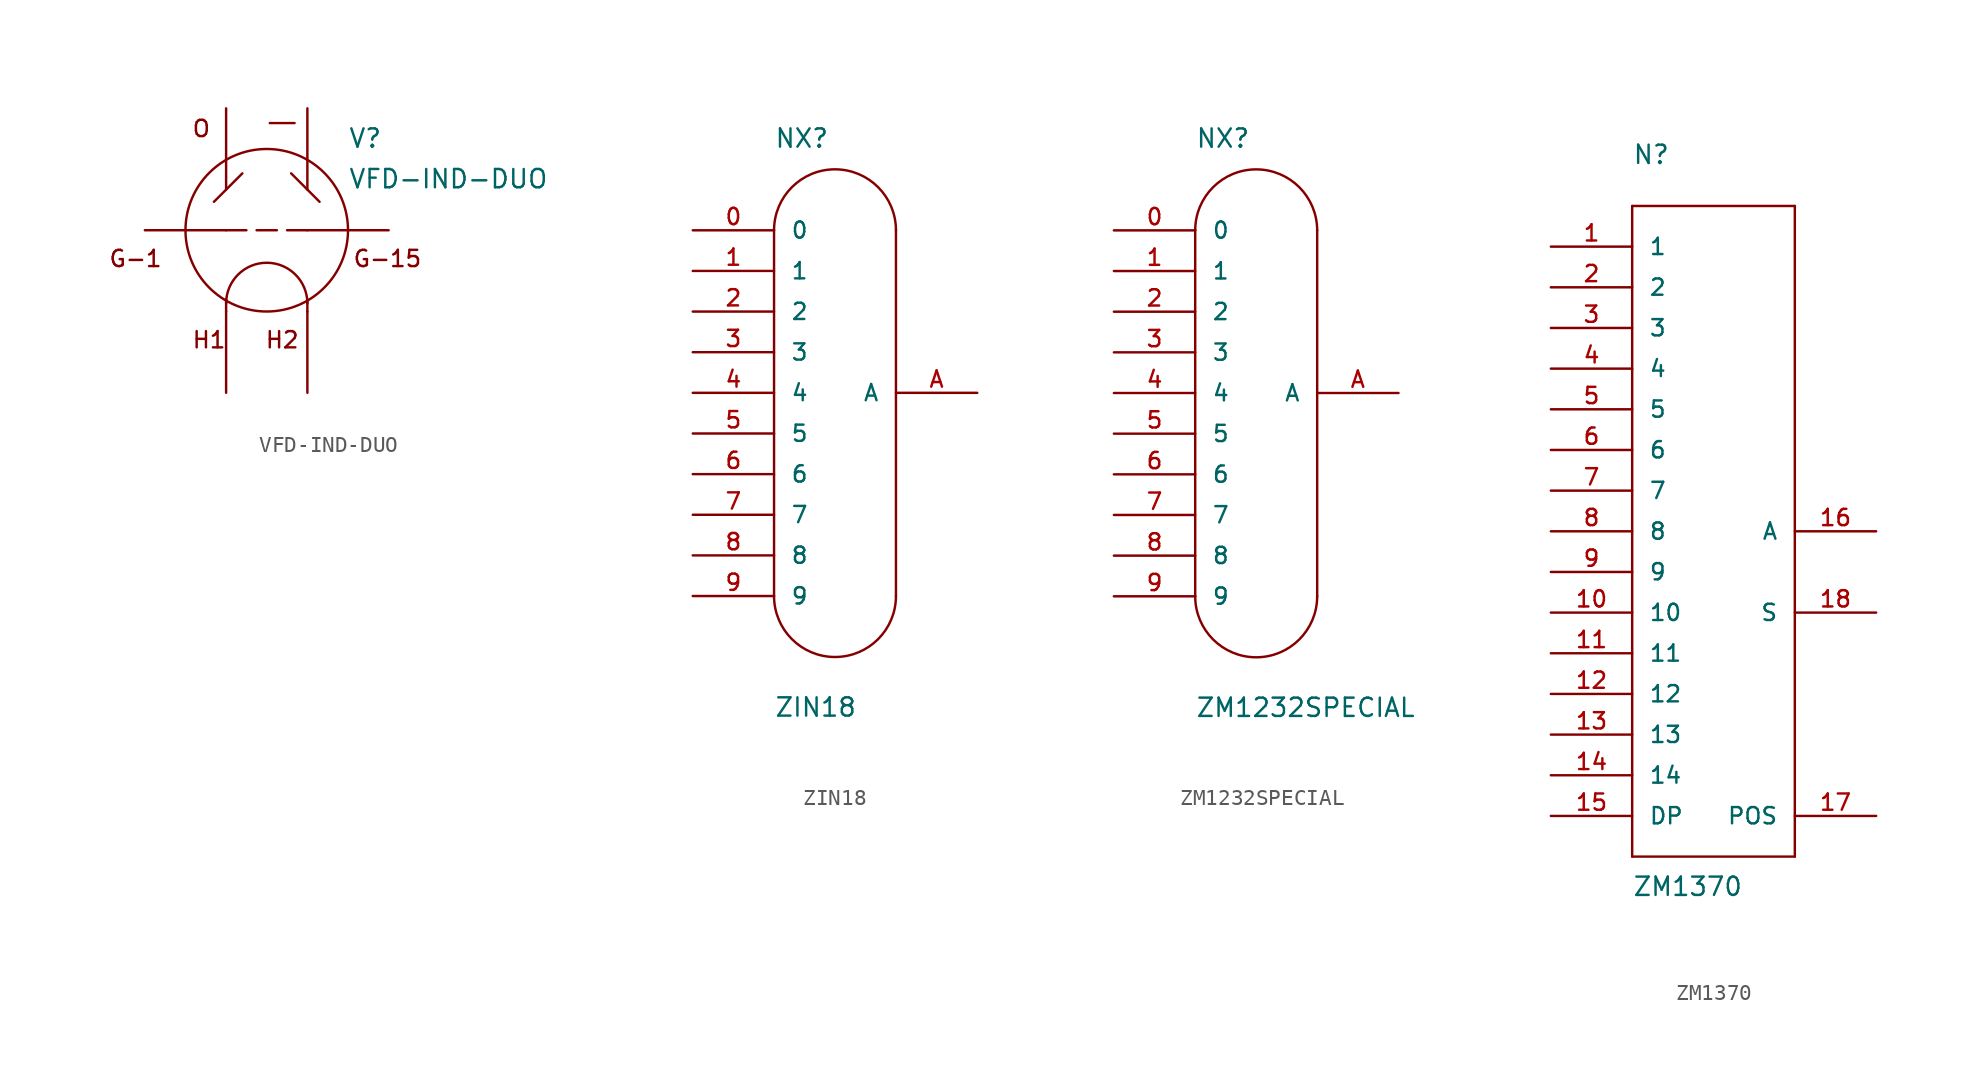
<source format=kicad_sym>
(kicad_symbol_lib
  (version 20220914)
  (generator kicad_symbol_editor)
  (symbol "VFD-IND-DUO"
    (pin_numbers hide)
    (pin_names
      (offset 1.016) hide)
    (property "Reference" "V"
      (at 5.08 5.08 0)
      (effects (font (size 1.143 1.143)) (justify left bottom)))
    (property "Value" "VFD-IND-DUO"
      (at 5.08 2.54 0)
      (effects (font (size 1.143 1.143)) (justify left bottom)))
    (property "ki_locked" ""
      (at 0 0 0)
      (effects (font (size 1.27 1.27))))
    (symbol "VFD-IND-DUO_1_0"
      (polyline (pts (xy -3.302 1.778) (xy -1.524 3.556)) (stroke (width 0) (type solid)) (fill (type none)))
      (polyline (pts (xy -2.54 -5.08) (xy -2.54 -4.318)) (stroke (width 0) (type solid)) (fill (type none)))
      (polyline (pts (xy -2.54 0) (xy -1.27 0)) (stroke (width 0) (type solid)) (fill (type none)))
      (polyline (pts (xy -0.635 0) (xy 0.635 0)) (stroke (width 0) (type solid)) (fill (type none)))
      (polyline (pts (xy 1.27 0) (xy 2.54 0)) (stroke (width 0) (type solid)) (fill (type none)))
      (polyline (pts (xy 1.524 3.556) (xy 3.302 1.778)) (stroke (width 0) (type solid)) (fill (type none)))
      (polyline (pts (xy 2.54 -5.08) (xy 2.54 -4.318)) (stroke (width 0) (type solid)) (fill (type none)))
      (text "-" (at 0.965 6.858 0) (effects (font (size 2.032 2.032))))
      (text "G-1" (at -8.204 -1.778 0) (effects (font (size 1.016 1.016))))
      (text "G-15" (at 7.544 -1.778 0) (effects (font (size 1.016 1.016))))
      (text "H1" (at -3.607 -6.858 0) (effects (font (size 1.016 1.016))))
      (text "H2" (at 0.965 -6.858 0) (effects (font (size 1.016 1.016))))
      (text "O" (at -4.089 6.35 0) (effects (font (size 1.016 1.016)))))
    (symbol "VFD-IND-DUO_1_1"
      (circle (center 0 0) (radius 5.08) (stroke (width 0) (type solid)) (fill (type none)))
      (arc (start 2.54 -4.572) (mid 0 -2.043) (end -2.54 -4.572) (stroke (width 0) (type solid)) (fill (type none)))
      (pin passive line (at 2.54 7.62 270) (length 5.08) (name "-" (effects (font (size 1.016 1.016)))) (number "-" (effects (font (size 1.016 1.016)))))
      (pin passive line (at -2.54 -10.16 90) (length 5.08) (name "H1" (effects (font (size 1.016 1.016)))) (number "F1" (effects (font (size 1.016 1.016)))))
      (pin passive line (at 2.54 -10.16 90) (length 5.08) (name "H2" (effects (font (size 1.016 1.016)))) (number "F2" (effects (font (size 1.016 1.016)))))
      (pin passive line (at -7.62 0 0) (length 5.08) (name "G1" (effects (font (size 1.016 1.016)))) (number "G" (effects (font (size 1.016 1.016)))))
      (pin passive line (at -2.54 7.62 270) (length 5.08) (name "O" (effects (font (size 1.016 1.016)))) (number "O" (effects (font (size 1.016 1.016)))))
      (pin passive line (at -2.54 -10.16 90) (length 5.08) hide (name "H1" (effects (font (size 1.016 1.016)))) (number "P$1" (effects (font (size 1.016 1.016)))))
      (pin passive line (at 2.54 -10.16 90) (length 5.08) hide (name "H2" (effects (font (size 1.016 1.016)))) (number "P$2" (effects (font (size 1.016 1.016)))))
      (pin passive line (at 7.62 0 180) (length 5.08) (name "G15" (effects (font (size 1.016 1.016)))) (number "P$3" (effects (font (size 1.016 1.016)))))
      (pin passive line (at -2.54 7.62 270) (length 5.08) hide (name "O" (effects (font (size 1.016 1.016)))) (number "P$4" (effects (font (size 1.016 1.016)))))))
  (symbol "ZIN18"
    (pin_names
      (offset 1.016))
    (property "Reference" "NX"
      (at -22.86 12.7 0)
      (effects (font (size 1.143 1.143)) (justify left bottom)))
    (property "Value" "ZIN18"
      (at -22.86 -22.86 0)
      (effects (font (size 1.143 1.143)) (justify left bottom)))
    (property "ki_locked" ""
      (at 0 0 0)
      (effects (font (size 1.27 1.27))))
    (symbol "ZIN18_1_0"
      (polyline (pts (xy -22.86 7.62) (xy -22.86 -15.24)) (stroke (width 0) (type solid)) (fill (type none)))
      (polyline (pts (xy -15.24 7.62) (xy -15.24 -15.24)) (stroke (width 0) (type solid)) (fill (type none))))
    (symbol "ZIN18_1_1"
      (arc (start -22.86 -15.24) (mid -19.05 -19.0334) (end -15.24 -15.24) (stroke (width 0) (type solid)) (fill (type none)))
      (arc (start -15.24 7.62) (mid -19.05 11.4134) (end -22.86 7.62) (stroke (width 0) (type solid)) (fill (type none)))
      (pin passive line (at -27.94 7.62 0) (length 5.08) (name "0" (effects (font (size 1.016 1.016)))) (number "0" (effects (font (size 1.016 1.016)))))
      (pin passive line (at -27.94 5.08 0) (length 5.08) (name "1" (effects (font (size 1.016 1.016)))) (number "1" (effects (font (size 1.016 1.016)))))
      (pin passive line (at -27.94 2.54 0) (length 5.08) (name "2" (effects (font (size 1.016 1.016)))) (number "2" (effects (font (size 1.016 1.016)))))
      (pin passive line (at -27.94 0 0) (length 5.08) (name "3" (effects (font (size 1.016 1.016)))) (number "3" (effects (font (size 1.016 1.016)))))
      (pin passive line (at -27.94 -2.54 0) (length 5.08) (name "4" (effects (font (size 1.016 1.016)))) (number "4" (effects (font (size 1.016 1.016)))))
      (pin passive line (at -27.94 -5.08 0) (length 5.08) (name "5" (effects (font (size 1.016 1.016)))) (number "5" (effects (font (size 1.016 1.016)))))
      (pin passive line (at -27.94 -7.62 0) (length 5.08) (name "6" (effects (font (size 1.016 1.016)))) (number "6" (effects (font (size 1.016 1.016)))))
      (pin passive line (at -27.94 -10.16 0) (length 5.08) (name "7" (effects (font (size 1.016 1.016)))) (number "7" (effects (font (size 1.016 1.016)))))
      (pin passive line (at -27.94 -12.7 0) (length 5.08) (name "8" (effects (font (size 1.016 1.016)))) (number "8" (effects (font (size 1.016 1.016)))))
      (pin passive line (at -27.94 -15.24 0) (length 5.08) (name "9" (effects (font (size 1.016 1.016)))) (number "9" (effects (font (size 1.016 1.016)))))
      (pin passive line (at -10.16 -2.54 180) (length 5.08) (name "A" (effects (font (size 1.016 1.016)))) (number "A" (effects (font (size 1.016 1.016)))))))
  (symbol "ZM1232SPECIAL"
    (pin_names
      (offset 1.016))
    (property "Reference" "NX"
      (at -22.86 12.7 0)
      (effects (font (size 1.143 1.143)) (justify left bottom)))
    (property "Value" "ZM1232SPECIAL"
      (at -22.86 -22.86 0)
      (effects (font (size 1.143 1.143)) (justify left bottom)))
    (property "ki_locked" ""
      (at 0 0 0)
      (effects (font (size 1.27 1.27))))
    (symbol "ZM1232SPECIAL_1_0"
      (polyline (pts (xy -22.86 7.62) (xy -22.86 -15.24)) (stroke (width 0) (type solid)) (fill (type none)))
      (polyline (pts (xy -15.24 7.62) (xy -15.24 -15.24)) (stroke (width 0) (type solid)) (fill (type none))))
    (symbol "ZM1232SPECIAL_1_1"
      (arc (start -22.86 -15.24) (mid -19.05 -19.0334) (end -15.24 -15.24) (stroke (width 0) (type solid)) (fill (type none)))
      (arc (start -15.24 7.62) (mid -19.05 11.4134) (end -22.86 7.62) (stroke (width 0) (type solid)) (fill (type none)))
      (pin passive line (at -27.94 7.62 0) (length 5.08) (name "0" (effects (font (size 1.016 1.016)))) (number "0" (effects (font (size 1.016 1.016)))))
      (pin passive line (at -27.94 5.08 0) (length 5.08) (name "1" (effects (font (size 1.016 1.016)))) (number "1" (effects (font (size 1.016 1.016)))))
      (pin passive line (at -27.94 2.54 0) (length 5.08) (name "2" (effects (font (size 1.016 1.016)))) (number "2" (effects (font (size 1.016 1.016)))))
      (pin passive line (at -27.94 0 0) (length 5.08) (name "3" (effects (font (size 1.016 1.016)))) (number "3" (effects (font (size 1.016 1.016)))))
      (pin passive line (at -27.94 -2.54 0) (length 5.08) (name "4" (effects (font (size 1.016 1.016)))) (number "4" (effects (font (size 1.016 1.016)))))
      (pin passive line (at -27.94 -5.08 0) (length 5.08) (name "5" (effects (font (size 1.016 1.016)))) (number "5" (effects (font (size 1.016 1.016)))))
      (pin passive line (at -27.94 -7.62 0) (length 5.08) (name "6" (effects (font (size 1.016 1.016)))) (number "6" (effects (font (size 1.016 1.016)))))
      (pin passive line (at -27.94 -10.16 0) (length 5.08) (name "7" (effects (font (size 1.016 1.016)))) (number "7" (effects (font (size 1.016 1.016)))))
      (pin passive line (at -27.94 -12.7 0) (length 5.08) (name "8" (effects (font (size 1.016 1.016)))) (number "8" (effects (font (size 1.016 1.016)))))
      (pin passive line (at -27.94 -15.24 0) (length 5.08) (name "9" (effects (font (size 1.016 1.016)))) (number "9" (effects (font (size 1.016 1.016)))))
      (pin passive line (at -10.16 -2.54 180) (length 5.08) (name "A" (effects (font (size 1.016 1.016)))) (number "A" (effects (font (size 1.016 1.016)))))))
  (symbol "ZM1370"
    (pin_names
      (offset 1.016))
    (property "Reference" "N"
      (at -5.08 22.86 0)
      (effects (font (size 1.143 1.143)) (justify left bottom)))
    (property "Value" "ZM1370"
      (at -5.08 -22.86 0)
      (effects (font (size 1.143 1.143)) (justify left bottom)))
    (property "ki_locked" ""
      (at 0 0 0)
      (effects (font (size 1.27 1.27))))
    (symbol "ZM1370_1_0"
      (polyline (pts (xy -5.08 -20.32) (xy 5.08 -20.32)) (stroke (width 0) (type solid)) (fill (type none)))
      (polyline (pts (xy -5.08 20.32) (xy -5.08 -20.32)) (stroke (width 0) (type solid)) (fill (type none)))
      (polyline (pts (xy 5.08 -20.32) (xy 5.08 20.32)) (stroke (width 0) (type solid)) (fill (type none)))
      (polyline (pts (xy 5.08 20.32) (xy -5.08 20.32)) (stroke (width 0) (type solid)) (fill (type none))))
    (symbol "ZM1370_1_1"
      (pin passive line (at -10.16 17.78 0) (length 5.08) (name "1" (effects (font (size 1.016 1.016)))) (number "1" (effects (font (size 1.016 1.016)))))
      (pin passive line (at -10.16 -5.08 0) (length 5.08) (name "10" (effects (font (size 1.016 1.016)))) (number "10" (effects (font (size 1.016 1.016)))))
      (pin passive line (at -10.16 -7.62 0) (length 5.08) (name "11" (effects (font (size 1.016 1.016)))) (number "11" (effects (font (size 1.016 1.016)))))
      (pin passive line (at -10.16 -10.16 0) (length 5.08) (name "12" (effects (font (size 1.016 1.016)))) (number "12" (effects (font (size 1.016 1.016)))))
      (pin passive line (at -10.16 -12.7 0) (length 5.08) (name "13" (effects (font (size 1.016 1.016)))) (number "13" (effects (font (size 1.016 1.016)))))
      (pin passive line (at -10.16 -15.24 0) (length 5.08) (name "14" (effects (font (size 1.016 1.016)))) (number "14" (effects (font (size 1.016 1.016)))))
      (pin passive line (at -10.16 -17.78 0) (length 5.08) (name "DP" (effects (font (size 1.016 1.016)))) (number "15" (effects (font (size 1.016 1.016)))))
      (pin passive line (at 10.16 0 180) (length 5.08) (name "A" (effects (font (size 1.016 1.016)))) (number "16" (effects (font (size 1.016 1.016)))))
      (pin passive line (at 10.16 -17.78 180) (length 5.08) (name "POS" (effects (font (size 1.016 1.016)))) (number "17" (effects (font (size 1.016 1.016)))))
      (pin passive line (at 10.16 -5.08 180) (length 5.08) (name "S" (effects (font (size 1.016 1.016)))) (number "18" (effects (font (size 1.016 1.016)))))
      (pin passive line (at -10.16 15.24 0) (length 5.08) (name "2" (effects (font (size 1.016 1.016)))) (number "2" (effects (font (size 1.016 1.016)))))
      (pin passive line (at -10.16 12.7 0) (length 5.08) (name "3" (effects (font (size 1.016 1.016)))) (number "3" (effects (font (size 1.016 1.016)))))
      (pin passive line (at -10.16 10.16 0) (length 5.08) (name "4" (effects (font (size 1.016 1.016)))) (number "4" (effects (font (size 1.016 1.016)))))
      (pin passive line (at -10.16 7.62 0) (length 5.08) (name "5" (effects (font (size 1.016 1.016)))) (number "5" (effects (font (size 1.016 1.016)))))
      (pin passive line (at -10.16 5.08 0) (length 5.08) (name "6" (effects (font (size 1.016 1.016)))) (number "6" (effects (font (size 1.016 1.016)))))
      (pin passive line (at -10.16 2.54 0) (length 5.08) (name "7" (effects (font (size 1.016 1.016)))) (number "7" (effects (font (size 1.016 1.016)))))
      (pin passive line (at -10.16 0 0) (length 5.08) (name "8" (effects (font (size 1.016 1.016)))) (number "8" (effects (font (size 1.016 1.016)))))
      (pin passive line (at -10.16 -2.54 0) (length 5.08) (name "9" (effects (font (size 1.016 1.016)))) (number "9" (effects (font (size 1.016 1.016))))))))
</source>
